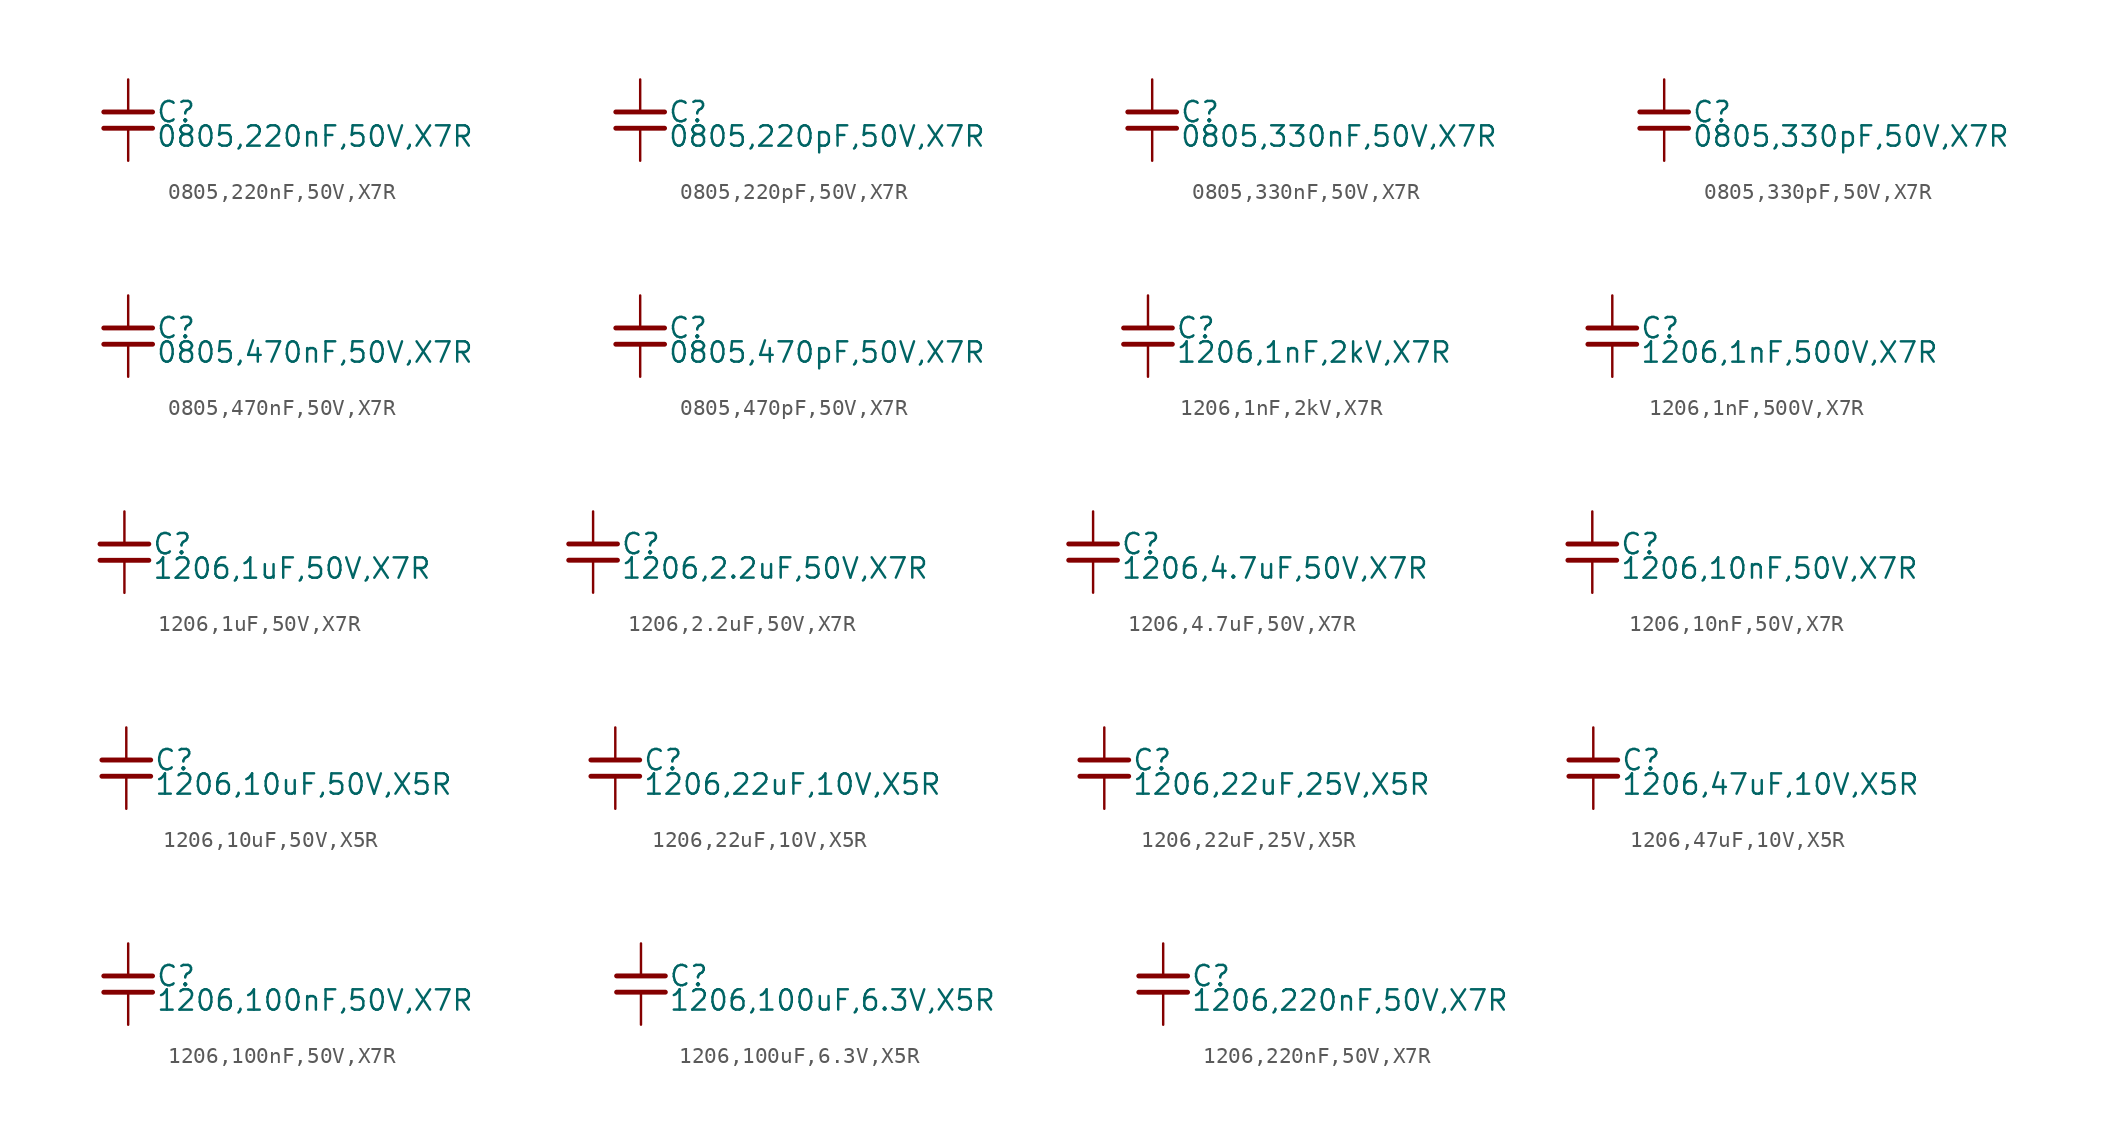
<source format=kicad_sym>
(kicad_symbol_lib
  (version 20220914)
  (generator kicad_symbol_editor)
  (symbol "0805,220nF,50V,X7R "
    (property "Reference" "C"
      (at 1.71 0.508 0)
      (effects (font (size 1.27 1.27)) (justify left)))
    (property "Value" "0805,220nF,50V,X7R "
      (at 1.71 -1.016 0)
      (effects (font (size 1.27 1.27)) (justify left)))
    (property "ki_locked" ""
      (at 0 0 0)
      (effects (font (size 1.27 1.27))))
    (symbol "0805,220nF,50V,X7R _0_0"
      (polyline (pts (xy -1.524 -0.508) (xy 1.524 -0.508)) (stroke (width 0.305) (type default)) (fill (type none)))
      (polyline (pts (xy -1.524 0.508) (xy 1.524 0.508)) (stroke (width 0.305) (type default)) (fill (type none)))
      (pin passive line (at 0 2.54 270) (length 2.032) (name "~" (effects (font (size 0 0)))) (number "1" (effects (font (size 0 0)))))
      (pin passive line (at 0 -2.54 90) (length 2.032) (name "~" (effects (font (size 0 0)))) (number "2" (effects (font (size 0 0)))))))
  (symbol "0805,220pF,50V,X7R "
    (property "Reference" "C"
      (at 1.71 0.508 0)
      (effects (font (size 1.27 1.27)) (justify left)))
    (property "Value" "0805,220pF,50V,X7R "
      (at 1.71 -1.016 0)
      (effects (font (size 1.27 1.27)) (justify left)))
    (property "ki_locked" ""
      (at 0 0 0)
      (effects (font (size 1.27 1.27))))
    (symbol "0805,220pF,50V,X7R _0_0"
      (polyline (pts (xy -1.524 -0.508) (xy 1.524 -0.508)) (stroke (width 0.305) (type default)) (fill (type none)))
      (polyline (pts (xy -1.524 0.508) (xy 1.524 0.508)) (stroke (width 0.305) (type default)) (fill (type none)))
      (pin passive line (at 0 2.54 270) (length 2.032) (name "~" (effects (font (size 0 0)))) (number "1" (effects (font (size 0 0)))))
      (pin passive line (at 0 -2.54 90) (length 2.032) (name "~" (effects (font (size 0 0)))) (number "2" (effects (font (size 0 0)))))))
  (symbol "0805,330nF,50V,X7R "
    (property "Reference" "C"
      (at 1.71 0.508 0)
      (effects (font (size 1.27 1.27)) (justify left)))
    (property "Value" "0805,330nF,50V,X7R "
      (at 1.71 -1.016 0)
      (effects (font (size 1.27 1.27)) (justify left)))
    (property "ki_locked" ""
      (at 0 0 0)
      (effects (font (size 1.27 1.27))))
    (symbol "0805,330nF,50V,X7R _0_0"
      (polyline (pts (xy -1.524 -0.508) (xy 1.524 -0.508)) (stroke (width 0.305) (type default)) (fill (type none)))
      (polyline (pts (xy -1.524 0.508) (xy 1.524 0.508)) (stroke (width 0.305) (type default)) (fill (type none)))
      (pin passive line (at 0 2.54 270) (length 2.032) (name "~" (effects (font (size 0 0)))) (number "1" (effects (font (size 0 0)))))
      (pin passive line (at 0 -2.54 90) (length 2.032) (name "~" (effects (font (size 0 0)))) (number "2" (effects (font (size 0 0)))))))
  (symbol "0805,330pF,50V,X7R "
    (property "Reference" "C"
      (at 1.71 0.508 0)
      (effects (font (size 1.27 1.27)) (justify left)))
    (property "Value" "0805,330pF,50V,X7R "
      (at 1.71 -1.016 0)
      (effects (font (size 1.27 1.27)) (justify left)))
    (property "ki_locked" ""
      (at 0 0 0)
      (effects (font (size 1.27 1.27))))
    (symbol "0805,330pF,50V,X7R _0_0"
      (polyline (pts (xy -1.524 -0.508) (xy 1.524 -0.508)) (stroke (width 0.305) (type default)) (fill (type none)))
      (polyline (pts (xy -1.524 0.508) (xy 1.524 0.508)) (stroke (width 0.305) (type default)) (fill (type none)))
      (pin passive line (at 0 2.54 270) (length 2.032) (name "~" (effects (font (size 0 0)))) (number "1" (effects (font (size 0 0)))))
      (pin passive line (at 0 -2.54 90) (length 2.032) (name "~" (effects (font (size 0 0)))) (number "2" (effects (font (size 0 0)))))))
  (symbol "0805,470nF,50V,X7R "
    (property "Reference" "C"
      (at 1.71 0.508 0)
      (effects (font (size 1.27 1.27)) (justify left)))
    (property "Value" "0805,470nF,50V,X7R "
      (at 1.71 -1.016 0)
      (effects (font (size 1.27 1.27)) (justify left)))
    (property "ki_locked" ""
      (at 0 0 0)
      (effects (font (size 1.27 1.27))))
    (symbol "0805,470nF,50V,X7R _0_0"
      (polyline (pts (xy -1.524 -0.508) (xy 1.524 -0.508)) (stroke (width 0.305) (type default)) (fill (type none)))
      (polyline (pts (xy -1.524 0.508) (xy 1.524 0.508)) (stroke (width 0.305) (type default)) (fill (type none)))
      (pin passive line (at 0 2.54 270) (length 2.032) (name "~" (effects (font (size 0 0)))) (number "1" (effects (font (size 0 0)))))
      (pin passive line (at 0 -2.54 90) (length 2.032) (name "~" (effects (font (size 0 0)))) (number "2" (effects (font (size 0 0)))))))
  (symbol "0805,470pF,50V,X7R "
    (property "Reference" "C"
      (at 1.71 0.508 0)
      (effects (font (size 1.27 1.27)) (justify left)))
    (property "Value" "0805,470pF,50V,X7R "
      (at 1.71 -1.016 0)
      (effects (font (size 1.27 1.27)) (justify left)))
    (property "ki_locked" ""
      (at 0 0 0)
      (effects (font (size 1.27 1.27))))
    (symbol "0805,470pF,50V,X7R _0_0"
      (polyline (pts (xy -1.524 -0.508) (xy 1.524 -0.508)) (stroke (width 0.305) (type default)) (fill (type none)))
      (polyline (pts (xy -1.524 0.508) (xy 1.524 0.508)) (stroke (width 0.305) (type default)) (fill (type none)))
      (pin passive line (at 0 2.54 270) (length 2.032) (name "~" (effects (font (size 0 0)))) (number "1" (effects (font (size 0 0)))))
      (pin passive line (at 0 -2.54 90) (length 2.032) (name "~" (effects (font (size 0 0)))) (number "2" (effects (font (size 0 0)))))))
  (symbol "1206,1nF,2kV,X7R "
    (property "Reference" "C"
      (at 1.71 0.508 0)
      (effects (font (size 1.27 1.27)) (justify left)))
    (property "Value" "1206,1nF,2kV,X7R "
      (at 1.71 -1.016 0)
      (effects (font (size 1.27 1.27)) (justify left)))
    (property "ki_locked" ""
      (at 0 0 0)
      (effects (font (size 1.27 1.27))))
    (symbol "1206,1nF,2kV,X7R _0_0"
      (polyline (pts (xy -1.524 -0.508) (xy 1.524 -0.508)) (stroke (width 0.305) (type default)) (fill (type none)))
      (polyline (pts (xy -1.524 0.508) (xy 1.524 0.508)) (stroke (width 0.305) (type default)) (fill (type none)))
      (pin passive line (at 0 2.54 270) (length 2.032) (name "~" (effects (font (size 0 0)))) (number "1" (effects (font (size 0 0)))))
      (pin passive line (at 0 -2.54 90) (length 2.032) (name "~" (effects (font (size 0 0)))) (number "2" (effects (font (size 0 0)))))))
  (symbol "1206,1nF,500V,X7R "
    (property "Reference" "C"
      (at 1.71 0.508 0)
      (effects (font (size 1.27 1.27)) (justify left)))
    (property "Value" "1206,1nF,500V,X7R "
      (at 1.71 -1.016 0)
      (effects (font (size 1.27 1.27)) (justify left)))
    (property "ki_locked" ""
      (at 0 0 0)
      (effects (font (size 1.27 1.27))))
    (symbol "1206,1nF,500V,X7R _0_0"
      (polyline (pts (xy -1.524 -0.508) (xy 1.524 -0.508)) (stroke (width 0.305) (type default)) (fill (type none)))
      (polyline (pts (xy -1.524 0.508) (xy 1.524 0.508)) (stroke (width 0.305) (type default)) (fill (type none)))
      (pin passive line (at 0 2.54 270) (length 2.032) (name "~" (effects (font (size 0 0)))) (number "1" (effects (font (size 0 0)))))
      (pin passive line (at 0 -2.54 90) (length 2.032) (name "~" (effects (font (size 0 0)))) (number "2" (effects (font (size 0 0)))))))
  (symbol "1206,1uF,50V,X7R "
    (property "Reference" "C"
      (at 1.71 0.508 0)
      (effects (font (size 1.27 1.27)) (justify left)))
    (property "Value" "1206,1uF,50V,X7R "
      (at 1.71 -1.016 0)
      (effects (font (size 1.27 1.27)) (justify left)))
    (property "ki_locked" ""
      (at 0 0 0)
      (effects (font (size 1.27 1.27))))
    (symbol "1206,1uF,50V,X7R _0_0"
      (polyline (pts (xy -1.524 -0.508) (xy 1.524 -0.508)) (stroke (width 0.305) (type default)) (fill (type none)))
      (polyline (pts (xy -1.524 0.508) (xy 1.524 0.508)) (stroke (width 0.305) (type default)) (fill (type none)))
      (pin passive line (at 0 2.54 270) (length 2.032) (name "~" (effects (font (size 0 0)))) (number "1" (effects (font (size 0 0)))))
      (pin passive line (at 0 -2.54 90) (length 2.032) (name "~" (effects (font (size 0 0)))) (number "2" (effects (font (size 0 0)))))))
  (symbol "1206,2.2uF,50V,X7R "
    (property "Reference" "C"
      (at 1.71 0.508 0)
      (effects (font (size 1.27 1.27)) (justify left)))
    (property "Value" "1206,2.2uF,50V,X7R "
      (at 1.71 -1.016 0)
      (effects (font (size 1.27 1.27)) (justify left)))
    (property "ki_locked" ""
      (at 0 0 0)
      (effects (font (size 1.27 1.27))))
    (symbol "1206,2.2uF,50V,X7R _0_0"
      (polyline (pts (xy -1.524 -0.508) (xy 1.524 -0.508)) (stroke (width 0.305) (type default)) (fill (type none)))
      (polyline (pts (xy -1.524 0.508) (xy 1.524 0.508)) (stroke (width 0.305) (type default)) (fill (type none)))
      (pin passive line (at 0 2.54 270) (length 2.032) (name "~" (effects (font (size 0 0)))) (number "1" (effects (font (size 0 0)))))
      (pin passive line (at 0 -2.54 90) (length 2.032) (name "~" (effects (font (size 0 0)))) (number "2" (effects (font (size 0 0)))))))
  (symbol "1206,4.7uF,50V,X7R "
    (property "Reference" "C"
      (at 1.71 0.508 0)
      (effects (font (size 1.27 1.27)) (justify left)))
    (property "Value" "1206,4.7uF,50V,X7R "
      (at 1.71 -1.016 0)
      (effects (font (size 1.27 1.27)) (justify left)))
    (property "ki_locked" ""
      (at 0 0 0)
      (effects (font (size 1.27 1.27))))
    (symbol "1206,4.7uF,50V,X7R _0_0"
      (polyline (pts (xy -1.524 -0.508) (xy 1.524 -0.508)) (stroke (width 0.305) (type default)) (fill (type none)))
      (polyline (pts (xy -1.524 0.508) (xy 1.524 0.508)) (stroke (width 0.305) (type default)) (fill (type none)))
      (pin passive line (at 0 2.54 270) (length 2.032) (name "~" (effects (font (size 0 0)))) (number "1" (effects (font (size 0 0)))))
      (pin passive line (at 0 -2.54 90) (length 2.032) (name "~" (effects (font (size 0 0)))) (number "2" (effects (font (size 0 0)))))))
  (symbol "1206,10nF,50V,X7R "
    (property "Reference" "C"
      (at 1.71 0.508 0)
      (effects (font (size 1.27 1.27)) (justify left)))
    (property "Value" "1206,10nF,50V,X7R "
      (at 1.71 -1.016 0)
      (effects (font (size 1.27 1.27)) (justify left)))
    (property "ki_locked" ""
      (at 0 0 0)
      (effects (font (size 1.27 1.27))))
    (symbol "1206,10nF,50V,X7R _0_0"
      (polyline (pts (xy -1.524 -0.508) (xy 1.524 -0.508)) (stroke (width 0.305) (type default)) (fill (type none)))
      (polyline (pts (xy -1.524 0.508) (xy 1.524 0.508)) (stroke (width 0.305) (type default)) (fill (type none)))
      (pin passive line (at 0 2.54 270) (length 2.032) (name "~" (effects (font (size 0 0)))) (number "1" (effects (font (size 0 0)))))
      (pin passive line (at 0 -2.54 90) (length 2.032) (name "~" (effects (font (size 0 0)))) (number "2" (effects (font (size 0 0)))))))
  (symbol "1206,10uF,50V,X5R "
    (property "Reference" "C"
      (at 1.71 0.508 0)
      (effects (font (size 1.27 1.27)) (justify left)))
    (property "Value" "1206,10uF,50V,X5R "
      (at 1.71 -1.016 0)
      (effects (font (size 1.27 1.27)) (justify left)))
    (property "ki_locked" ""
      (at 0 0 0)
      (effects (font (size 1.27 1.27))))
    (symbol "1206,10uF,50V,X5R _0_0"
      (polyline (pts (xy -1.524 -0.508) (xy 1.524 -0.508)) (stroke (width 0.305) (type default)) (fill (type none)))
      (polyline (pts (xy -1.524 0.508) (xy 1.524 0.508)) (stroke (width 0.305) (type default)) (fill (type none)))
      (pin passive line (at 0 2.54 270) (length 2.032) (name "~" (effects (font (size 0 0)))) (number "1" (effects (font (size 0 0)))))
      (pin passive line (at 0 -2.54 90) (length 2.032) (name "~" (effects (font (size 0 0)))) (number "2" (effects (font (size 0 0)))))))
  (symbol "1206,22uF,10V,X5R "
    (property "Reference" "C"
      (at 1.71 0.508 0)
      (effects (font (size 1.27 1.27)) (justify left)))
    (property "Value" "1206,22uF,10V,X5R "
      (at 1.71 -1.016 0)
      (effects (font (size 1.27 1.27)) (justify left)))
    (property "ki_locked" ""
      (at 0 0 0)
      (effects (font (size 1.27 1.27))))
    (symbol "1206,22uF,10V,X5R _0_0"
      (polyline (pts (xy -1.524 -0.508) (xy 1.524 -0.508)) (stroke (width 0.305) (type default)) (fill (type none)))
      (polyline (pts (xy -1.524 0.508) (xy 1.524 0.508)) (stroke (width 0.305) (type default)) (fill (type none)))
      (pin passive line (at 0 2.54 270) (length 2.032) (name "~" (effects (font (size 0 0)))) (number "1" (effects (font (size 0 0)))))
      (pin passive line (at 0 -2.54 90) (length 2.032) (name "~" (effects (font (size 0 0)))) (number "2" (effects (font (size 0 0)))))))
  (symbol "1206,22uF,25V,X5R "
    (property "Reference" "C"
      (at 1.71 0.508 0)
      (effects (font (size 1.27 1.27)) (justify left)))
    (property "Value" "1206,22uF,25V,X5R "
      (at 1.71 -1.016 0)
      (effects (font (size 1.27 1.27)) (justify left)))
    (property "ki_locked" ""
      (at 0 0 0)
      (effects (font (size 1.27 1.27))))
    (symbol "1206,22uF,25V,X5R _0_0"
      (polyline (pts (xy -1.524 -0.508) (xy 1.524 -0.508)) (stroke (width 0.305) (type default)) (fill (type none)))
      (polyline (pts (xy -1.524 0.508) (xy 1.524 0.508)) (stroke (width 0.305) (type default)) (fill (type none)))
      (pin passive line (at 0 2.54 270) (length 2.032) (name "~" (effects (font (size 0 0)))) (number "1" (effects (font (size 0 0)))))
      (pin passive line (at 0 -2.54 90) (length 2.032) (name "~" (effects (font (size 0 0)))) (number "2" (effects (font (size 0 0)))))))
  (symbol "1206,47uF,10V,X5R "
    (property "Reference" "C"
      (at 1.71 0.508 0)
      (effects (font (size 1.27 1.27)) (justify left)))
    (property "Value" "1206,47uF,10V,X5R "
      (at 1.71 -1.016 0)
      (effects (font (size 1.27 1.27)) (justify left)))
    (property "ki_locked" ""
      (at 0 0 0)
      (effects (font (size 1.27 1.27))))
    (symbol "1206,47uF,10V,X5R _0_0"
      (polyline (pts (xy -1.524 -0.508) (xy 1.524 -0.508)) (stroke (width 0.305) (type default)) (fill (type none)))
      (polyline (pts (xy -1.524 0.508) (xy 1.524 0.508)) (stroke (width 0.305) (type default)) (fill (type none)))
      (pin passive line (at 0 2.54 270) (length 2.032) (name "~" (effects (font (size 0 0)))) (number "1" (effects (font (size 0 0)))))
      (pin passive line (at 0 -2.54 90) (length 2.032) (name "~" (effects (font (size 0 0)))) (number "2" (effects (font (size 0 0)))))))
  (symbol "1206,100nF,50V,X7R "
    (property "Reference" "C"
      (at 1.71 0.508 0)
      (effects (font (size 1.27 1.27)) (justify left)))
    (property "Value" "1206,100nF,50V,X7R "
      (at 1.71 -1.016 0)
      (effects (font (size 1.27 1.27)) (justify left)))
    (property "ki_locked" ""
      (at 0 0 0)
      (effects (font (size 1.27 1.27))))
    (symbol "1206,100nF,50V,X7R _0_0"
      (polyline (pts (xy -1.524 -0.508) (xy 1.524 -0.508)) (stroke (width 0.305) (type default)) (fill (type none)))
      (polyline (pts (xy -1.524 0.508) (xy 1.524 0.508)) (stroke (width 0.305) (type default)) (fill (type none)))
      (pin passive line (at 0 2.54 270) (length 2.032) (name "~" (effects (font (size 0 0)))) (number "1" (effects (font (size 0 0)))))
      (pin passive line (at 0 -2.54 90) (length 2.032) (name "~" (effects (font (size 0 0)))) (number "2" (effects (font (size 0 0)))))))
  (symbol "1206,100uF,6.3V,X5R "
    (property "Reference" "C"
      (at 1.71 0.508 0)
      (effects (font (size 1.27 1.27)) (justify left)))
    (property "Value" "1206,100uF,6.3V,X5R "
      (at 1.71 -1.016 0)
      (effects (font (size 1.27 1.27)) (justify left)))
    (property "ki_locked" ""
      (at 0 0 0)
      (effects (font (size 1.27 1.27))))
    (symbol "1206,100uF,6.3V,X5R _0_0"
      (polyline (pts (xy -1.524 -0.508) (xy 1.524 -0.508)) (stroke (width 0.305) (type default)) (fill (type none)))
      (polyline (pts (xy -1.524 0.508) (xy 1.524 0.508)) (stroke (width 0.305) (type default)) (fill (type none)))
      (pin passive line (at 0 2.54 270) (length 2.032) (name "~" (effects (font (size 0 0)))) (number "1" (effects (font (size 0 0)))))
      (pin passive line (at 0 -2.54 90) (length 2.032) (name "~" (effects (font (size 0 0)))) (number "2" (effects (font (size 0 0)))))))
  (symbol "1206,220nF,50V,X7R "
    (property "Reference" "C"
      (at 1.71 0.508 0)
      (effects (font (size 1.27 1.27)) (justify left)))
    (property "Value" "1206,220nF,50V,X7R "
      (at 1.71 -1.016 0)
      (effects (font (size 1.27 1.27)) (justify left)))
    (property "ki_locked" ""
      (at 0 0 0)
      (effects (font (size 1.27 1.27))))
    (symbol "1206,220nF,50V,X7R _0_0"
      (polyline (pts (xy -1.524 -0.508) (xy 1.524 -0.508)) (stroke (width 0.305) (type default)) (fill (type none)))
      (polyline (pts (xy -1.524 0.508) (xy 1.524 0.508)) (stroke (width 0.305) (type default)) (fill (type none)))
      (pin passive line (at 0 2.54 270) (length 2.032) (name "~" (effects (font (size 0 0)))) (number "1" (effects (font (size 0 0)))))
      (pin passive line (at 0 -2.54 90) (length 2.032) (name "~" (effects (font (size 0 0)))) (number "2" (effects (font (size 0 0))))))))
</source>
